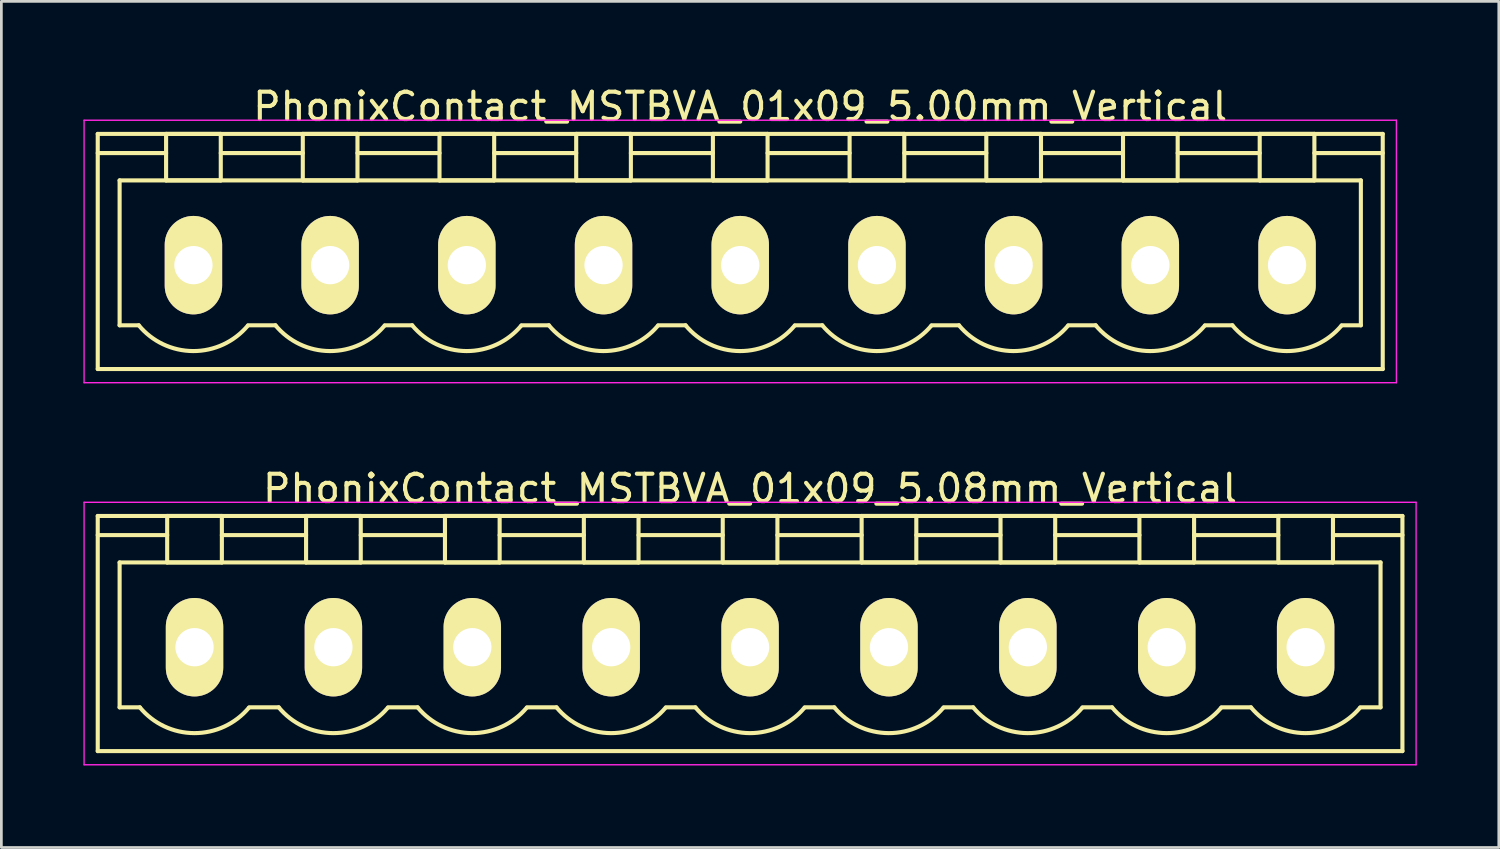
<source format=kicad_pcb>
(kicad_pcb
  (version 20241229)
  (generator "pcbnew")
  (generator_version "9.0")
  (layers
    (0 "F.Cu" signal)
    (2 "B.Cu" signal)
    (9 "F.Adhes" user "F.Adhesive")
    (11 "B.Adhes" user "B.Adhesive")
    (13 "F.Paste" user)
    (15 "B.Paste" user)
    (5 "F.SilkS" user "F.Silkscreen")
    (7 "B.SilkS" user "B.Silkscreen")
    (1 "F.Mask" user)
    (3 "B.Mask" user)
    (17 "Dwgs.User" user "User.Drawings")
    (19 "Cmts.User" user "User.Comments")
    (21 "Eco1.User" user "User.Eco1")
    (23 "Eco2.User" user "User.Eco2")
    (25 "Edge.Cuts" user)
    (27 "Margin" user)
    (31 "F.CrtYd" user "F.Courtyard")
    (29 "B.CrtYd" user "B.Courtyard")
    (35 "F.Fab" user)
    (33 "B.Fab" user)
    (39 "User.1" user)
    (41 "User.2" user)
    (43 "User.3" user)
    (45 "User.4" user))
  (footprint "PhonixContact_MSTBVA_01x09_5.08mm_Vertical"
    (layer "F.Cu")
    (at 4.065 20.622)
    (property "Reference" "PhonixContact_MSTBVA_01x09_5.08mm_Vertical" (at 20.32 -5.8 0) (layer "F.SilkS") (effects (font (size 1 1) (thickness 0.15))))
    (attr through_hole)
    (fp_line (start -3.54 -4.8) (end -3.54 3.8) (stroke (width 0.15) (type solid)) (layer "F.SilkS"))
    (fp_line (start -3.54 -4.1) (end -1 -4.1) (stroke (width 0.15) (type solid)) (layer "F.SilkS"))
    (fp_line (start -3.54 3.8) (end 44.18 3.8) (stroke (width 0.15) (type solid)) (layer "F.SilkS"))
    (fp_line (start -2.74 -3.1) (end 43.38 -3.1) (stroke (width 0.15) (type solid)) (layer "F.SilkS"))
    (fp_line (start -2.74 2.2) (end -2.74 -3.1) (stroke (width 0.15) (type solid)) (layer "F.SilkS"))
    (fp_line (start -2 2.2) (end -2.74 2.2) (stroke (width 0.15) (type solid)) (layer "F.SilkS"))
    (fp_line (start -1 -4.8) (end 1 -4.8) (stroke (width 0.15) (type solid)) (layer "F.SilkS"))
    (fp_line (start -1 -3.1) (end -1 -4.8) (stroke (width 0.15) (type solid)) (layer "F.SilkS"))
    (fp_line (start 1 -4.8) (end 1 -3.1) (stroke (width 0.15) (type solid)) (layer "F.SilkS"))
    (fp_line (start 1 -4.1) (end 4.08 -4.1) (stroke (width 0.15) (type solid)) (layer "F.SilkS"))
    (fp_line (start 1 -3.1) (end -1 -3.1) (stroke (width 0.15) (type solid)) (layer "F.SilkS"))
    (fp_line (start 2 2.2) (end 3.08 2.2) (stroke (width 0.15) (type solid)) (layer "F.SilkS"))
    (fp_line (start 4.08 -4.8) (end 6.08 -4.8) (stroke (width 0.15) (type solid)) (layer "F.SilkS"))
    (fp_line (start 4.08 -3.1) (end 4.08 -4.8) (stroke (width 0.15) (type solid)) (layer "F.SilkS"))
    (fp_line (start 6.08 -4.8) (end 6.08 -3.1) (stroke (width 0.15) (type solid)) (layer "F.SilkS"))
    (fp_line (start 6.08 -4.1) (end 9.16 -4.1) (stroke (width 0.15) (type solid)) (layer "F.SilkS"))
    (fp_line (start 6.08 -3.1) (end 4.08 -3.1) (stroke (width 0.15) (type solid)) (layer "F.SilkS"))
    (fp_line (start 7.08 2.2) (end 8.16 2.2) (stroke (width 0.15) (type solid)) (layer "F.SilkS"))
    (fp_line (start 9.16 -4.8) (end 11.16 -4.8) (stroke (width 0.15) (type solid)) (layer "F.SilkS"))
    (fp_line (start 9.16 -3.1) (end 9.16 -4.8) (stroke (width 0.15) (type solid)) (layer "F.SilkS"))
    (fp_line (start 11.16 -4.8) (end 11.16 -3.1) (stroke (width 0.15) (type solid)) (layer "F.SilkS"))
    (fp_line (start 11.16 -4.1) (end 14.24 -4.1) (stroke (width 0.15) (type solid)) (layer "F.SilkS"))
    (fp_line (start 11.16 -3.1) (end 9.16 -3.1) (stroke (width 0.15) (type solid)) (layer "F.SilkS"))
    (fp_line (start 12.16 2.2) (end 13.24 2.2) (stroke (width 0.15) (type solid)) (layer "F.SilkS"))
    (fp_line (start 14.24 -4.8) (end 16.24 -4.8) (stroke (width 0.15) (type solid)) (layer "F.SilkS"))
    (fp_line (start 14.24 -3.1) (end 14.24 -4.8) (stroke (width 0.15) (type solid)) (layer "F.SilkS"))
    (fp_line (start 16.24 -4.8) (end 16.24 -3.1) (stroke (width 0.15) (type solid)) (layer "F.SilkS"))
    (fp_line (start 16.24 -4.1) (end 19.32 -4.1) (stroke (width 0.15) (type solid)) (layer "F.SilkS"))
    (fp_line (start 16.24 -3.1) (end 14.24 -3.1) (stroke (width 0.15) (type solid)) (layer "F.SilkS"))
    (fp_line (start 17.24 2.2) (end 18.32 2.2) (stroke (width 0.15) (type solid)) (layer "F.SilkS"))
    (fp_line (start 19.32 -4.8) (end 21.32 -4.8) (stroke (width 0.15) (type solid)) (layer "F.SilkS"))
    (fp_line (start 19.32 -3.1) (end 19.32 -4.8) (stroke (width 0.15) (type solid)) (layer "F.SilkS"))
    (fp_line (start 21.32 -4.8) (end 21.32 -3.1) (stroke (width 0.15) (type solid)) (layer "F.SilkS"))
    (fp_line (start 21.32 -4.1) (end 24.4 -4.1) (stroke (width 0.15) (type solid)) (layer "F.SilkS"))
    (fp_line (start 21.32 -3.1) (end 19.32 -3.1) (stroke (width 0.15) (type solid)) (layer "F.SilkS"))
    (fp_line (start 22.32 2.2) (end 23.4 2.2) (stroke (width 0.15) (type solid)) (layer "F.SilkS"))
    (fp_line (start 24.4 -4.8) (end 26.4 -4.8) (stroke (width 0.15) (type solid)) (layer "F.SilkS"))
    (fp_line (start 24.4 -3.1) (end 24.4 -4.8) (stroke (width 0.15) (type solid)) (layer "F.SilkS"))
    (fp_line (start 26.4 -4.8) (end 26.4 -3.1) (stroke (width 0.15) (type solid)) (layer "F.SilkS"))
    (fp_line (start 26.4 -4.1) (end 29.48 -4.1) (stroke (width 0.15) (type solid)) (layer "F.SilkS"))
    (fp_line (start 26.4 -3.1) (end 24.4 -3.1) (stroke (width 0.15) (type solid)) (layer "F.SilkS"))
    (fp_line (start 27.4 2.2) (end 28.48 2.2) (stroke (width 0.15) (type solid)) (layer "F.SilkS"))
    (fp_line (start 29.48 -4.8) (end 31.48 -4.8) (stroke (width 0.15) (type solid)) (layer "F.SilkS"))
    (fp_line (start 29.48 -3.1) (end 29.48 -4.8) (stroke (width 0.15) (type solid)) (layer "F.SilkS"))
    (fp_line (start 31.48 -4.8) (end 31.48 -3.1) (stroke (width 0.15) (type solid)) (layer "F.SilkS"))
    (fp_line (start 31.48 -4.1) (end 34.56 -4.1) (stroke (width 0.15) (type solid)) (layer "F.SilkS"))
    (fp_line (start 31.48 -3.1) (end 29.48 -3.1) (stroke (width 0.15) (type solid)) (layer "F.SilkS"))
    (fp_line (start 32.48 2.2) (end 33.56 2.2) (stroke (width 0.15) (type solid)) (layer "F.SilkS"))
    (fp_line (start 34.56 -4.8) (end 36.56 -4.8) (stroke (width 0.15) (type solid)) (layer "F.SilkS"))
    (fp_line (start 34.56 -3.1) (end 34.56 -4.8) (stroke (width 0.15) (type solid)) (layer "F.SilkS"))
    (fp_line (start 36.56 -4.8) (end 36.56 -3.1) (stroke (width 0.15) (type solid)) (layer "F.SilkS"))
    (fp_line (start 36.56 -4.1) (end 39.64 -4.1) (stroke (width 0.15) (type solid)) (layer "F.SilkS"))
    (fp_line (start 36.56 -3.1) (end 34.56 -3.1) (stroke (width 0.15) (type solid)) (layer "F.SilkS"))
    (fp_line (start 37.56 2.2) (end 38.64 2.2) (stroke (width 0.15) (type solid)) (layer "F.SilkS"))
    (fp_line (start 39.64 -4.8) (end 41.64 -4.8) (stroke (width 0.15) (type solid)) (layer "F.SilkS"))
    (fp_line (start 39.64 -3.1) (end 39.64 -4.8) (stroke (width 0.15) (type solid)) (layer "F.SilkS"))
    (fp_line (start 41.64 -4.8) (end 41.64 -3.1) (stroke (width 0.15) (type solid)) (layer "F.SilkS"))
    (fp_line (start 41.64 -3.1) (end 39.64 -3.1) (stroke (width 0.15) (type solid)) (layer "F.SilkS"))
    (fp_line (start 43.38 -3.1) (end 43.38 2.2) (stroke (width 0.15) (type solid)) (layer "F.SilkS"))
    (fp_line (start 43.38 2.2) (end 42.64 2.2) (stroke (width 0.15) (type solid)) (layer "F.SilkS"))
    (fp_line (start 44.18 -4.8) (end -3.54 -4.8) (stroke (width 0.15) (type solid)) (layer "F.SilkS"))
    (fp_line (start 44.18 -4.1) (end 41.64 -4.1) (stroke (width 0.15) (type solid)) (layer "F.SilkS"))
    (fp_line (start 44.18 3.8) (end 44.18 -4.8) (stroke (width 0.15) (type solid)) (layer "F.SilkS"))
    (fp_arc (start 1.986842 2.215821) (mid -0.010289 3.142758) (end -2 2.2) (stroke (width 0.15) (type solid)) (layer "F.SilkS"))
    (fp_arc (start 7.066842 2.215821) (mid 5.069711 3.142758) (end 3.08 2.2) (stroke (width 0.15) (type solid)) (layer "F.SilkS"))
    (fp_arc (start 12.146842 2.215821) (mid 10.149711 3.142758) (end 8.16 2.2) (stroke (width 0.15) (type solid)) (layer "F.SilkS"))
    (fp_arc (start 17.226842 2.215821) (mid 15.229711 3.142758) (end 13.24 2.2) (stroke (width 0.15) (type solid)) (layer "F.SilkS"))
    (fp_arc (start 22.306842 2.215821) (mid 20.309711 3.142758) (end 18.32 2.2) (stroke (width 0.15) (type solid)) (layer "F.SilkS"))
    (fp_arc (start 27.386842 2.215821) (mid 25.389711 3.142758) (end 23.4 2.2) (stroke (width 0.15) (type solid)) (layer "F.SilkS"))
    (fp_arc (start 32.466842 2.215821) (mid 30.469711 3.142758) (end 28.48 2.2) (stroke (width 0.15) (type solid)) (layer "F.SilkS"))
    (fp_arc (start 37.546842 2.215821) (mid 35.549711 3.142758) (end 33.56 2.2) (stroke (width 0.15) (type solid)) (layer "F.SilkS"))
    (fp_arc (start 42.626842 2.215821) (mid 40.629711 3.142758) (end 38.64 2.2) (stroke (width 0.15) (type solid)) (layer "F.SilkS"))
    (fp_line (start -4.04 -5.3) (end -4.04 4.3) (stroke (width 0.05) (type solid)) (layer "F.CrtYd"))
    (fp_line (start -4.04 4.3) (end 44.68 4.3) (stroke (width 0.05) (type solid)) (layer "F.CrtYd"))
    (fp_line (start 44.68 -5.3) (end -4.04 -5.3) (stroke (width 0.05) (type solid)) (layer "F.CrtYd"))
    (fp_line (start 44.68 4.3) (end 44.68 -5.3) (stroke (width 0.05) (type solid)) (layer "F.CrtYd"))
    (pad "1" thru_hole oval (at 0 0) (size 2.1 3.6) (drill 1.4) (layers "*.Cu" "*.Mask" "F.SilkS"))
    (pad "2" thru_hole oval (at 5.08 0) (size 2.1 3.6) (drill 1.4) (layers "*.Cu" "*.Mask" "F.SilkS"))
    (pad "3" thru_hole oval (at 10.16 0) (size 2.1 3.6) (drill 1.4) (layers "*.Cu" "*.Mask" "F.SilkS"))
    (pad "4" thru_hole oval (at 15.24 0) (size 2.1 3.6) (drill 1.4) (layers "*.Cu" "*.Mask" "F.SilkS"))
    (pad "5" thru_hole oval (at 20.32 0) (size 2.1 3.6) (drill 1.4) (layers "*.Cu" "*.Mask" "F.SilkS"))
    (pad "6" thru_hole oval (at 25.4 0) (size 2.1 3.6) (drill 1.4) (layers "*.Cu" "*.Mask" "F.SilkS"))
    (pad "7" thru_hole oval (at 30.48 0) (size 2.1 3.6) (drill 1.4) (layers "*.Cu" "*.Mask" "F.SilkS"))
    (pad "8" thru_hole oval (at 35.56 0) (size 2.1 3.6) (drill 1.4) (layers "*.Cu" "*.Mask" "F.SilkS"))
    (pad "9" thru_hole oval (at 40.64 0) (size 2.1 3.6) (drill 1.4) (layers "*.Cu" "*.Mask" "F.SilkS")))
  (footprint "PhonixContact_MSTBVA_01x09_5.00mm_Vertical"
    (layer "F.Cu")
    (at 4.025 6.648)
    (property "Reference" "PhonixContact_MSTBVA_01x09_5.00mm_Vertical" (at 20 -5.8 0) (layer "F.SilkS") (effects (font (size 1 1) (thickness 0.15))))
    (attr through_hole)
    (fp_line (start -3.5 -4.8) (end -3.5 3.8) (stroke (width 0.15) (type solid)) (layer "F.SilkS"))
    (fp_line (start -3.5 -4.1) (end -1 -4.1) (stroke (width 0.15) (type solid)) (layer "F.SilkS"))
    (fp_line (start -3.5 3.8) (end 43.5 3.8) (stroke (width 0.15) (type solid)) (layer "F.SilkS"))
    (fp_line (start -2.7 -3.1) (end 42.7 -3.1) (stroke (width 0.15) (type solid)) (layer "F.SilkS"))
    (fp_line (start -2.7 2.2) (end -2.7 -3.1) (stroke (width 0.15) (type solid)) (layer "F.SilkS"))
    (fp_line (start -2 2.2) (end -2.7 2.2) (stroke (width 0.15) (type solid)) (layer "F.SilkS"))
    (fp_line (start -1 -4.8) (end 1 -4.8) (stroke (width 0.15) (type solid)) (layer "F.SilkS"))
    (fp_line (start -1 -3.1) (end -1 -4.8) (stroke (width 0.15) (type solid)) (layer "F.SilkS"))
    (fp_line (start 1 -4.8) (end 1 -3.1) (stroke (width 0.15) (type solid)) (layer "F.SilkS"))
    (fp_line (start 1 -4.1) (end 4 -4.1) (stroke (width 0.15) (type solid)) (layer "F.SilkS"))
    (fp_line (start 1 -3.1) (end -1 -3.1) (stroke (width 0.15) (type solid)) (layer "F.SilkS"))
    (fp_line (start 2 2.2) (end 3 2.2) (stroke (width 0.15) (type solid)) (layer "F.SilkS"))
    (fp_line (start 4 -4.8) (end 6 -4.8) (stroke (width 0.15) (type solid)) (layer "F.SilkS"))
    (fp_line (start 4 -3.1) (end 4 -4.8) (stroke (width 0.15) (type solid)) (layer "F.SilkS"))
    (fp_line (start 6 -4.8) (end 6 -3.1) (stroke (width 0.15) (type solid)) (layer "F.SilkS"))
    (fp_line (start 6 -4.1) (end 9 -4.1) (stroke (width 0.15) (type solid)) (layer "F.SilkS"))
    (fp_line (start 6 -3.1) (end 4 -3.1) (stroke (width 0.15) (type solid)) (layer "F.SilkS"))
    (fp_line (start 7 2.2) (end 8 2.2) (stroke (width 0.15) (type solid)) (layer "F.SilkS"))
    (fp_line (start 9 -4.8) (end 11 -4.8) (stroke (width 0.15) (type solid)) (layer "F.SilkS"))
    (fp_line (start 9 -3.1) (end 9 -4.8) (stroke (width 0.15) (type solid)) (layer "F.SilkS"))
    (fp_line (start 11 -4.8) (end 11 -3.1) (stroke (width 0.15) (type solid)) (layer "F.SilkS"))
    (fp_line (start 11 -4.1) (end 14 -4.1) (stroke (width 0.15) (type solid)) (layer "F.SilkS"))
    (fp_line (start 11 -3.1) (end 9 -3.1) (stroke (width 0.15) (type solid)) (layer "F.SilkS"))
    (fp_line (start 12 2.2) (end 13 2.2) (stroke (width 0.15) (type solid)) (layer "F.SilkS"))
    (fp_line (start 14 -4.8) (end 16 -4.8) (stroke (width 0.15) (type solid)) (layer "F.SilkS"))
    (fp_line (start 14 -3.1) (end 14 -4.8) (stroke (width 0.15) (type solid)) (layer "F.SilkS"))
    (fp_line (start 16 -4.8) (end 16 -3.1) (stroke (width 0.15) (type solid)) (layer "F.SilkS"))
    (fp_line (start 16 -4.1) (end 19 -4.1) (stroke (width 0.15) (type solid)) (layer "F.SilkS"))
    (fp_line (start 16 -3.1) (end 14 -3.1) (stroke (width 0.15) (type solid)) (layer "F.SilkS"))
    (fp_line (start 17 2.2) (end 18 2.2) (stroke (width 0.15) (type solid)) (layer "F.SilkS"))
    (fp_line (start 19 -4.8) (end 21 -4.8) (stroke (width 0.15) (type solid)) (layer "F.SilkS"))
    (fp_line (start 19 -3.1) (end 19 -4.8) (stroke (width 0.15) (type solid)) (layer "F.SilkS"))
    (fp_line (start 21 -4.8) (end 21 -3.1) (stroke (width 0.15) (type solid)) (layer "F.SilkS"))
    (fp_line (start 21 -4.1) (end 24 -4.1) (stroke (width 0.15) (type solid)) (layer "F.SilkS"))
    (fp_line (start 21 -3.1) (end 19 -3.1) (stroke (width 0.15) (type solid)) (layer "F.SilkS"))
    (fp_line (start 22 2.2) (end 23 2.2) (stroke (width 0.15) (type solid)) (layer "F.SilkS"))
    (fp_line (start 24 -4.8) (end 26 -4.8) (stroke (width 0.15) (type solid)) (layer "F.SilkS"))
    (fp_line (start 24 -3.1) (end 24 -4.8) (stroke (width 0.15) (type solid)) (layer "F.SilkS"))
    (fp_line (start 26 -4.8) (end 26 -3.1) (stroke (width 0.15) (type solid)) (layer "F.SilkS"))
    (fp_line (start 26 -4.1) (end 29 -4.1) (stroke (width 0.15) (type solid)) (layer "F.SilkS"))
    (fp_line (start 26 -3.1) (end 24 -3.1) (stroke (width 0.15) (type solid)) (layer "F.SilkS"))
    (fp_line (start 27 2.2) (end 28 2.2) (stroke (width 0.15) (type solid)) (layer "F.SilkS"))
    (fp_line (start 29 -4.8) (end 31 -4.8) (stroke (width 0.15) (type solid)) (layer "F.SilkS"))
    (fp_line (start 29 -3.1) (end 29 -4.8) (stroke (width 0.15) (type solid)) (layer "F.SilkS"))
    (fp_line (start 31 -4.8) (end 31 -3.1) (stroke (width 0.15) (type solid)) (layer "F.SilkS"))
    (fp_line (start 31 -4.1) (end 34 -4.1) (stroke (width 0.15) (type solid)) (layer "F.SilkS"))
    (fp_line (start 31 -3.1) (end 29 -3.1) (stroke (width 0.15) (type solid)) (layer "F.SilkS"))
    (fp_line (start 32 2.2) (end 33 2.2) (stroke (width 0.15) (type solid)) (layer "F.SilkS"))
    (fp_line (start 34 -4.8) (end 36 -4.8) (stroke (width 0.15) (type solid)) (layer "F.SilkS"))
    (fp_line (start 34 -3.1) (end 34 -4.8) (stroke (width 0.15) (type solid)) (layer "F.SilkS"))
    (fp_line (start 36 -4.8) (end 36 -3.1) (stroke (width 0.15) (type solid)) (layer "F.SilkS"))
    (fp_line (start 36 -4.1) (end 39 -4.1) (stroke (width 0.15) (type solid)) (layer "F.SilkS"))
    (fp_line (start 36 -3.1) (end 34 -3.1) (stroke (width 0.15) (type solid)) (layer "F.SilkS"))
    (fp_line (start 37 2.2) (end 38 2.2) (stroke (width 0.15) (type solid)) (layer "F.SilkS"))
    (fp_line (start 39 -4.8) (end 41 -4.8) (stroke (width 0.15) (type solid)) (layer "F.SilkS"))
    (fp_line (start 39 -3.1) (end 39 -4.8) (stroke (width 0.15) (type solid)) (layer "F.SilkS"))
    (fp_line (start 41 -4.8) (end 41 -3.1) (stroke (width 0.15) (type solid)) (layer "F.SilkS"))
    (fp_line (start 41 -3.1) (end 39 -3.1) (stroke (width 0.15) (type solid)) (layer "F.SilkS"))
    (fp_line (start 42.7 -3.1) (end 42.7 2.2) (stroke (width 0.15) (type solid)) (layer "F.SilkS"))
    (fp_line (start 42.7 2.2) (end 42 2.2) (stroke (width 0.15) (type solid)) (layer "F.SilkS"))
    (fp_line (start 43.5 -4.8) (end -3.5 -4.8) (stroke (width 0.15) (type solid)) (layer "F.SilkS"))
    (fp_line (start 43.5 -4.1) (end 41 -4.1) (stroke (width 0.15) (type solid)) (layer "F.SilkS"))
    (fp_line (start 43.5 3.8) (end 43.5 -4.8) (stroke (width 0.15) (type solid)) (layer "F.SilkS"))
    (fp_arc (start 1.986842 2.215821) (mid -0.010289 3.142758) (end -2 2.2) (stroke (width 0.15) (type solid)) (layer "F.SilkS"))
    (fp_arc (start 6.986842 2.215821) (mid 4.989711 3.142758) (end 3 2.2) (stroke (width 0.15) (type solid)) (layer "F.SilkS"))
    (fp_arc (start 11.986842 2.215821) (mid 9.989711 3.142758) (end 8 2.2) (stroke (width 0.15) (type solid)) (layer "F.SilkS"))
    (fp_arc (start 16.986842 2.215821) (mid 14.989711 3.142758) (end 13 2.2) (stroke (width 0.15) (type solid)) (layer "F.SilkS"))
    (fp_arc (start 21.986842 2.215821) (mid 19.989711 3.142758) (end 18 2.2) (stroke (width 0.15) (type solid)) (layer "F.SilkS"))
    (fp_arc (start 26.986842 2.215821) (mid 24.989711 3.142758) (end 23 2.2) (stroke (width 0.15) (type solid)) (layer "F.SilkS"))
    (fp_arc (start 31.986842 2.215821) (mid 29.989711 3.142758) (end 28 2.2) (stroke (width 0.15) (type solid)) (layer "F.SilkS"))
    (fp_arc (start 36.986842 2.215821) (mid 34.989711 3.142758) (end 33 2.2) (stroke (width 0.15) (type solid)) (layer "F.SilkS"))
    (fp_arc (start 41.986842 2.215821) (mid 39.989711 3.142758) (end 38 2.2) (stroke (width 0.15) (type solid)) (layer "F.SilkS"))
    (fp_line (start -4 -5.3) (end -4 4.3) (stroke (width 0.05) (type solid)) (layer "F.CrtYd"))
    (fp_line (start -4 4.3) (end 44 4.3) (stroke (width 0.05) (type solid)) (layer "F.CrtYd"))
    (fp_line (start 44 -5.3) (end -4 -5.3) (stroke (width 0.05) (type solid)) (layer "F.CrtYd"))
    (fp_line (start 44 4.3) (end 44 -5.3) (stroke (width 0.05) (type solid)) (layer "F.CrtYd"))
    (pad "1" thru_hole oval (at 0 0) (size 2.1 3.6) (drill 1.4) (layers "*.Cu" "*.Mask" "F.SilkS"))
    (pad "2" thru_hole oval (at 5 0) (size 2.1 3.6) (drill 1.4) (layers "*.Cu" "*.Mask" "F.SilkS"))
    (pad "3" thru_hole oval (at 10 0) (size 2.1 3.6) (drill 1.4) (layers "*.Cu" "*.Mask" "F.SilkS"))
    (pad "4" thru_hole oval (at 15 0) (size 2.1 3.6) (drill 1.4) (layers "*.Cu" "*.Mask" "F.SilkS"))
    (pad "5" thru_hole oval (at 20 0) (size 2.1 3.6) (drill 1.4) (layers "*.Cu" "*.Mask" "F.SilkS"))
    (pad "6" thru_hole oval (at 25 0) (size 2.1 3.6) (drill 1.4) (layers "*.Cu" "*.Mask" "F.SilkS"))
    (pad "7" thru_hole oval (at 30 0) (size 2.1 3.6) (drill 1.4) (layers "*.Cu" "*.Mask" "F.SilkS"))
    (pad "8" thru_hole oval (at 35 0) (size 2.1 3.6) (drill 1.4) (layers "*.Cu" "*.Mask" "F.SilkS"))
    (pad "9" thru_hole oval (at 40 0) (size 2.1 3.6) (drill 1.4) (layers "*.Cu" "*.Mask" "F.SilkS")))
  (gr_rect
    (start -3 -3)
    (end 51.77 27.947)
    (stroke (width 0.1) (type default))
    (fill no)
    (layer "Edge.Cuts")))
</source>
